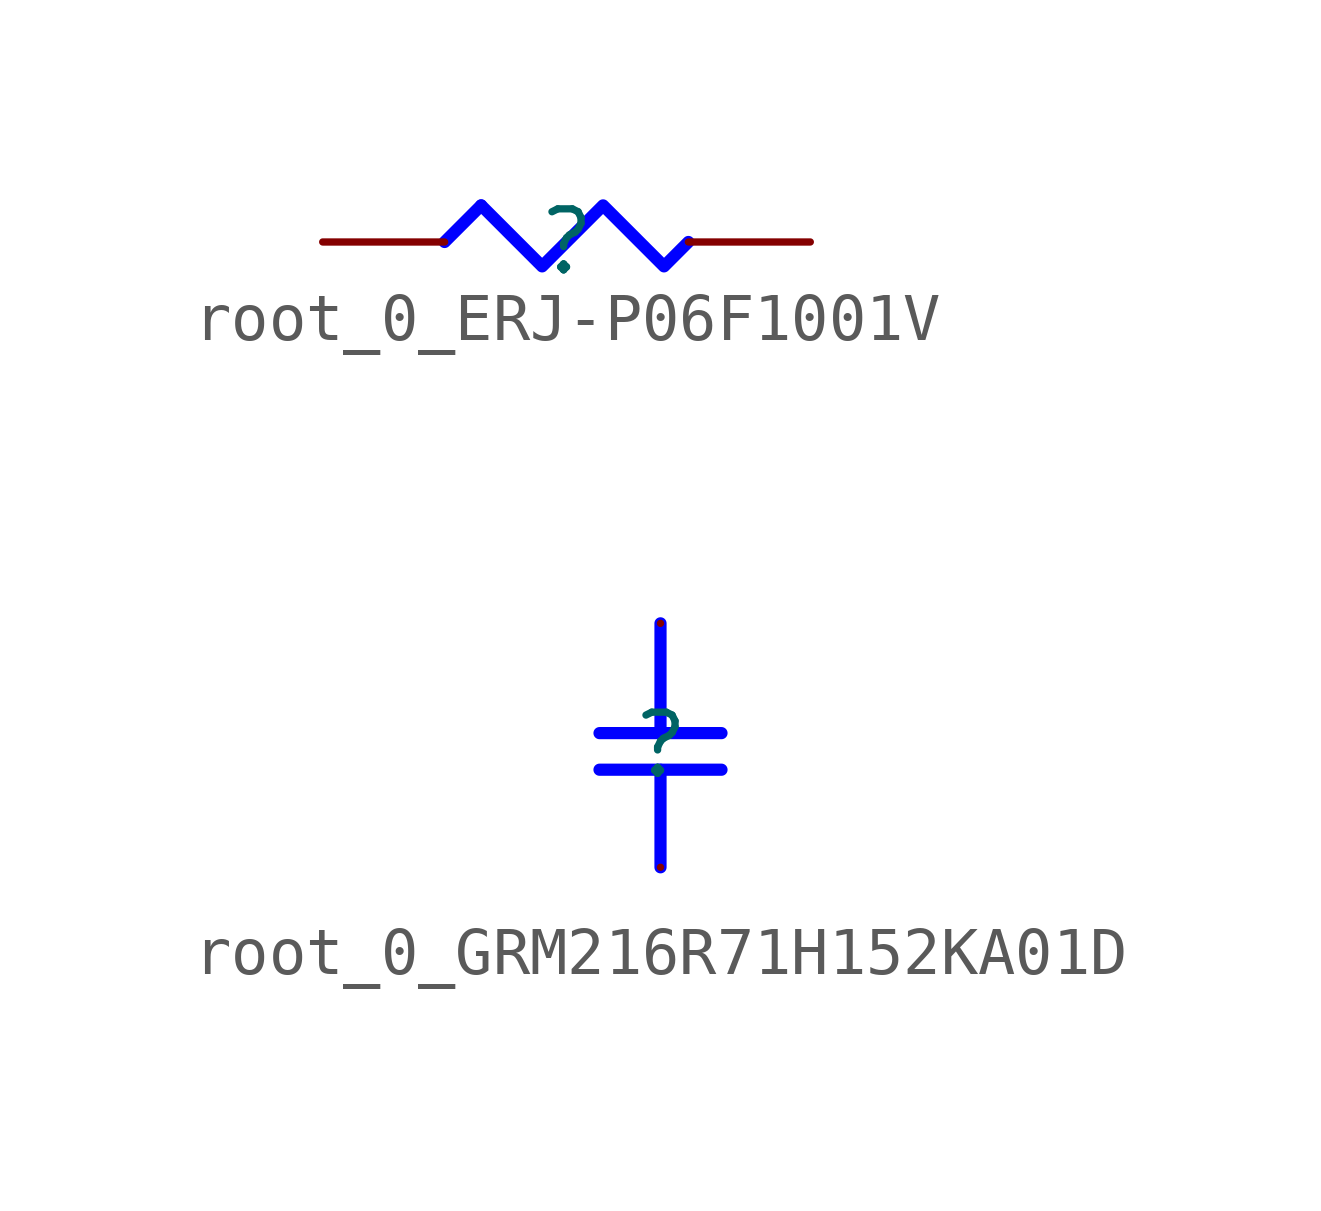
<source format=kicad_sym>
(kicad_symbol_lib
  (version 20220914)
  (generator kicad_symbol_editor)
  (symbol "root_0_ERJ-P06F1001V"
    (property "Reference" ""
      (at 0 0 0)
      (effects (font (size 1.27 1.27))))
    (property "Value" ""
      (at 0 0 0)
      (effects (font (size 1.27 1.27))))
    (symbol "root_0_ERJ-P06F1001V_1_0"
      (polyline (pts (xy -1.778 0.762) (xy -2.54 0)) (stroke (width 0.254) (type solid) (color 0 0 255 1)) (fill (type none)))
      (polyline (pts (xy -1.778 0.762) (xy -0.508 -0.508) (xy 0.762 0.762) (xy 2.032 -0.508) (xy 2.54 0)) (stroke (width 0.254) (type solid) (color 0 0 255 1)) (fill (type none)))
      (pin passive line (at -5.08 0 0) (length 2.54) (name "1" (effects (font (size 0 0)))) (number "1" (effects (font (size 0 0)))))
      (pin passive line (at 5.08 0 180) (length 2.54) (name "2" (effects (font (size 0 0)))) (number "2" (effects (font (size 0 0)))))))
  (symbol "root_0_GRM216R71H152KA01D"
    (property "Reference" ""
      (at 0 0 0)
      (effects (font (size 1.27 1.27))))
    (property "Value" ""
      (at 0 0 0)
      (effects (font (size 1.27 1.27))))
    (symbol "root_0_GRM216R71H152KA01D_1_0"
      (polyline (pts (xy -1.27 -0.508) (xy 1.27 -0.508)) (stroke (width 0.254) (type solid) (color 0 0 255 1)) (fill (type none)))
      (polyline (pts (xy -1.27 0.254) (xy 1.27 0.254)) (stroke (width 0.254) (type solid) (color 0 0 255 1)) (fill (type none)))
      (polyline (pts (xy 0 -2.54) (xy 0 -0.508)) (stroke (width 0.254) (type solid) (color 0 0 255 1)) (fill (type none)))
      (polyline (pts (xy 0 0.254) (xy 0 2.54)) (stroke (width 0.254) (type solid) (color 0 0 255 1)) (fill (type none)))
      (pin passive line (at 0 2.54 270) (length 0) (name "1" (effects (font (size 0 0)))) (number "1" (effects (font (size 0 0)))))
      (pin passive line (at 0 -2.54 90) (length 0) (name "2" (effects (font (size 0 0)))) (number "2" (effects (font (size 0 0))))))))
</source>
